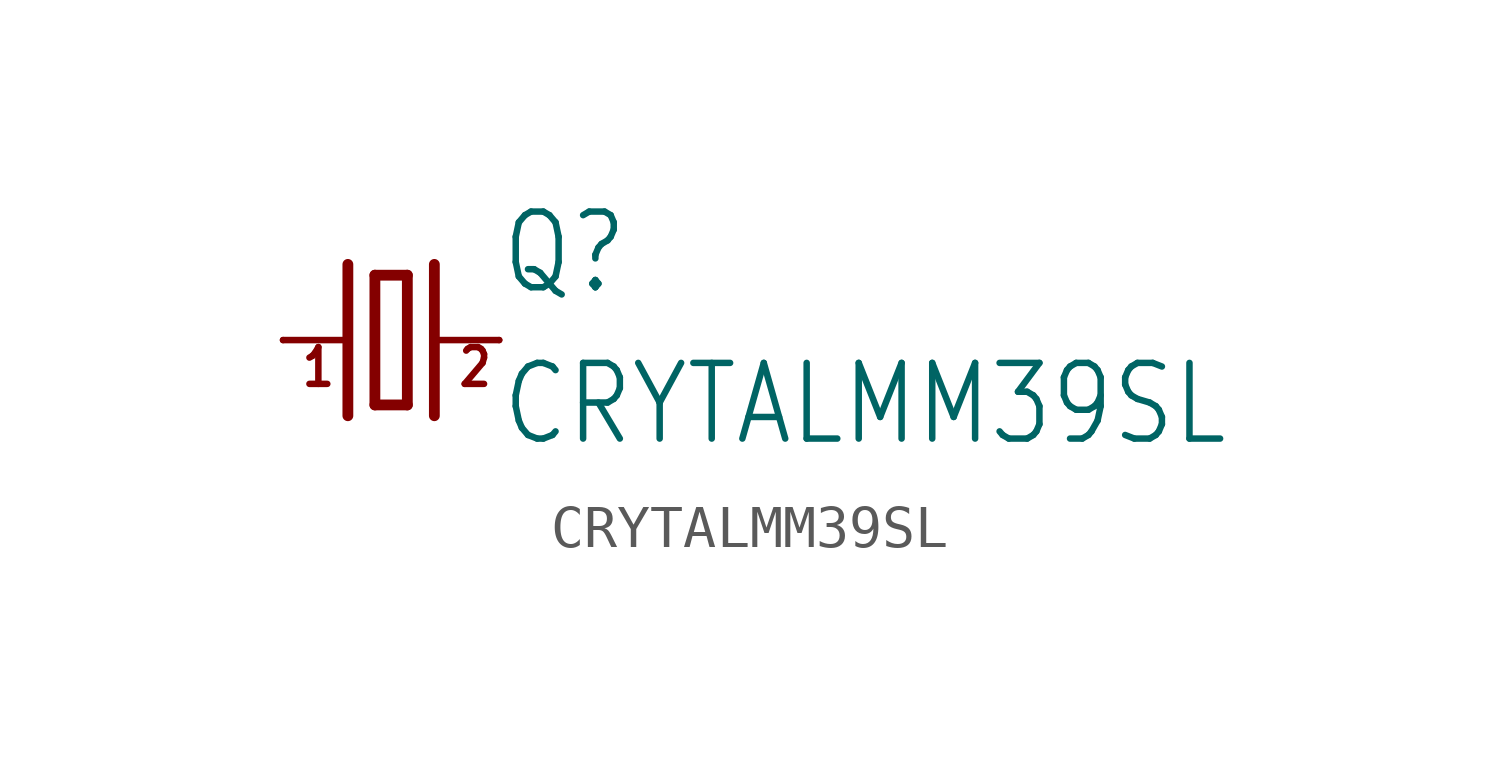
<source format=kicad_sym>
(kicad_symbol_lib
  (version 20211014)
  (generator kicad_symbol_editor)
  (symbol "CRYTALMM39SL"
    (property "Reference" "Q"
      (at 2.54 1.016 0)
      (effects (font (size 1.778 1.511)) (justify left bottom)))
    (property "Value" "CRYTALMM39SL"
      (at 2.54 -2.54 0)
      (effects (font (size 1.778 1.511)) (justify left bottom)))
    (property "ki_locked" ""
      (at 0 0 0)
      (effects (font (size 1.27 1.27))))
    (symbol "CRYTALMM39SL_1_0"
      (polyline (pts (xy -2.54 0) (xy -1.016 0)) (stroke (width 0.152) (type default) (color 0 0 0 0)) (fill (type none)))
      (polyline (pts (xy -1.016 1.778) (xy -1.016 -1.778)) (stroke (width 0.254) (type default) (color 0 0 0 0)) (fill (type none)))
      (polyline (pts (xy -0.381 -1.524) (xy 0.381 -1.524)) (stroke (width 0.254) (type default) (color 0 0 0 0)) (fill (type none)))
      (polyline (pts (xy -0.381 1.524) (xy -0.381 -1.524)) (stroke (width 0.254) (type default) (color 0 0 0 0)) (fill (type none)))
      (polyline (pts (xy 0.381 -1.524) (xy 0.381 1.524)) (stroke (width 0.254) (type default) (color 0 0 0 0)) (fill (type none)))
      (polyline (pts (xy 0.381 1.524) (xy -0.381 1.524)) (stroke (width 0.254) (type default) (color 0 0 0 0)) (fill (type none)))
      (polyline (pts (xy 1.016 0) (xy 2.54 0)) (stroke (width 0.152) (type default) (color 0 0 0 0)) (fill (type none)))
      (polyline (pts (xy 1.016 1.778) (xy 1.016 -1.778)) (stroke (width 0.254) (type default) (color 0 0 0 0)) (fill (type none)))
      (text "1" (at -2.159 -1.143 0) (effects (font (size 0.864 0.734)) (justify left bottom)))
      (text "2" (at 1.524 -1.143 0) (effects (font (size 0.864 0.734)) (justify left bottom)))
      (pin passive line (at -2.54 0 0) (length 0) (name "1" (effects (font (size 0 0)))) (number "1" (effects (font (size 0 0)))))
      (pin passive line (at 2.54 0 180) (length 0) (name "2" (effects (font (size 0 0)))) (number "4" (effects (font (size 0 0))))))))
</source>
